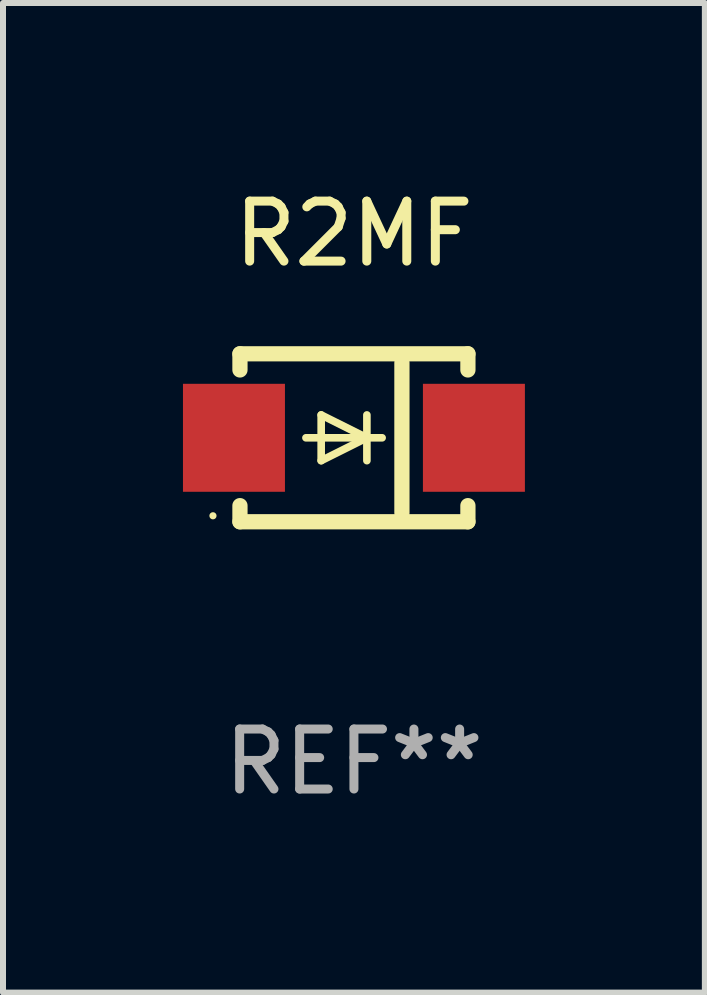
<source format=kicad_pcb>
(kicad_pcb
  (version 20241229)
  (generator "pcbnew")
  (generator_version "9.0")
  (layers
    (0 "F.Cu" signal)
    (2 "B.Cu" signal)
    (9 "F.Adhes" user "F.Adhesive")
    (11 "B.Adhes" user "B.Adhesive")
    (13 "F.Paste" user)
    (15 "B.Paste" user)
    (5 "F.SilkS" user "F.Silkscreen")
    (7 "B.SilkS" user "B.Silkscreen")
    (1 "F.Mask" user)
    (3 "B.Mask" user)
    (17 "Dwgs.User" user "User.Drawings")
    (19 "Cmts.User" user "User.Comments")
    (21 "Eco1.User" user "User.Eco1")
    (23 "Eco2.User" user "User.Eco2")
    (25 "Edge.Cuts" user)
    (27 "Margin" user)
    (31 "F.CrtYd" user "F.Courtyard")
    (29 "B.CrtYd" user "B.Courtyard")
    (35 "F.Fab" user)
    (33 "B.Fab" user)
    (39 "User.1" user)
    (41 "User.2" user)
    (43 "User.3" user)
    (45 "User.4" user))
  (footprint "R2MF"
    (layer "F.Cu")
    (at 2.85 4.248)
    (property "Reference" "R2MF" (at 0 -3.4 0) (layer "F.SilkS") (effects (font (size 1 1) (thickness 0.15))))
    (attr through_hole)
    (fp_line (start -1.9 -1.4) (end -1.9 -1.131) (stroke (width 0.254) (type solid)) (layer "F.SilkS"))
    (fp_line (start -1.9 -1.4) (end 1.9 -1.4) (stroke (width 0.254) (type solid)) (layer "F.SilkS"))
    (fp_line (start -1.9 1.131) (end -1.9 1.4) (stroke (width 0.254) (type solid)) (layer "F.SilkS"))
    (fp_line (start -1.9 1.4) (end 1.9 1.4) (stroke (width 0.254) (type solid)) (layer "F.SilkS"))
    (fp_line (start -0.8 0) (end 0.47 0) (stroke (width 0.127) (type solid)) (layer "F.SilkS"))
    (fp_line (start -0.546 -0.381) (end 0.216 0) (stroke (width 0.127) (type solid)) (layer "F.SilkS"))
    (fp_line (start -0.546 0) (end -0.546 -0.381) (stroke (width 0.127) (type solid)) (layer "F.SilkS"))
    (fp_line (start -0.546 0) (end -0.546 0.381) (stroke (width 0.127) (type solid)) (layer "F.SilkS"))
    (fp_line (start -0.546 0.381) (end 0.216 0) (stroke (width 0.127) (type solid)) (layer "F.SilkS"))
    (fp_line (start 0.216 0) (end 0.216 -0.381) (stroke (width 0.127) (type solid)) (layer "F.SilkS"))
    (fp_line (start 0.216 0) (end 0.216 0.381) (stroke (width 0.127) (type solid)) (layer "F.SilkS"))
    (fp_line (start 0.8 1.25) (end 0.8 -1.25) (stroke (width 0.254) (type solid)) (layer "F.SilkS"))
    (fp_line (start 1.9 -1.4) (end 1.9 -1.131) (stroke (width 0.254) (type solid)) (layer "F.SilkS"))
    (fp_line (start 1.9 1.131) (end 1.9 1.4) (stroke (width 0.254) (type solid)) (layer "F.SilkS"))
    (fp_circle (center -2.35 1.3) (end -2.32 1.3) (stroke (width 0.06) (type solid)) (fill no) (layer "F.SilkS"))
    (fp_text user "REF**" (at 0 5.4 0) (layer "F.Fab") (effects (font (size 1 1) (thickness 0.15))))
    (pad "1" smd rect (at -2 0 180) (size 1.7 1.8) (layers "F.Cu" "F.Mask" "F.Paste"))
    (pad "2" smd rect (at 2 0 180) (size 1.7 1.8) (layers "F.Cu" "F.Mask" "F.Paste")))
  (gr_rect
    (start -3 -3)
    (end 8.7 13.496)
    (stroke (width 0.1) (type default))
    (fill no)
    (layer "Edge.Cuts")))
</source>
